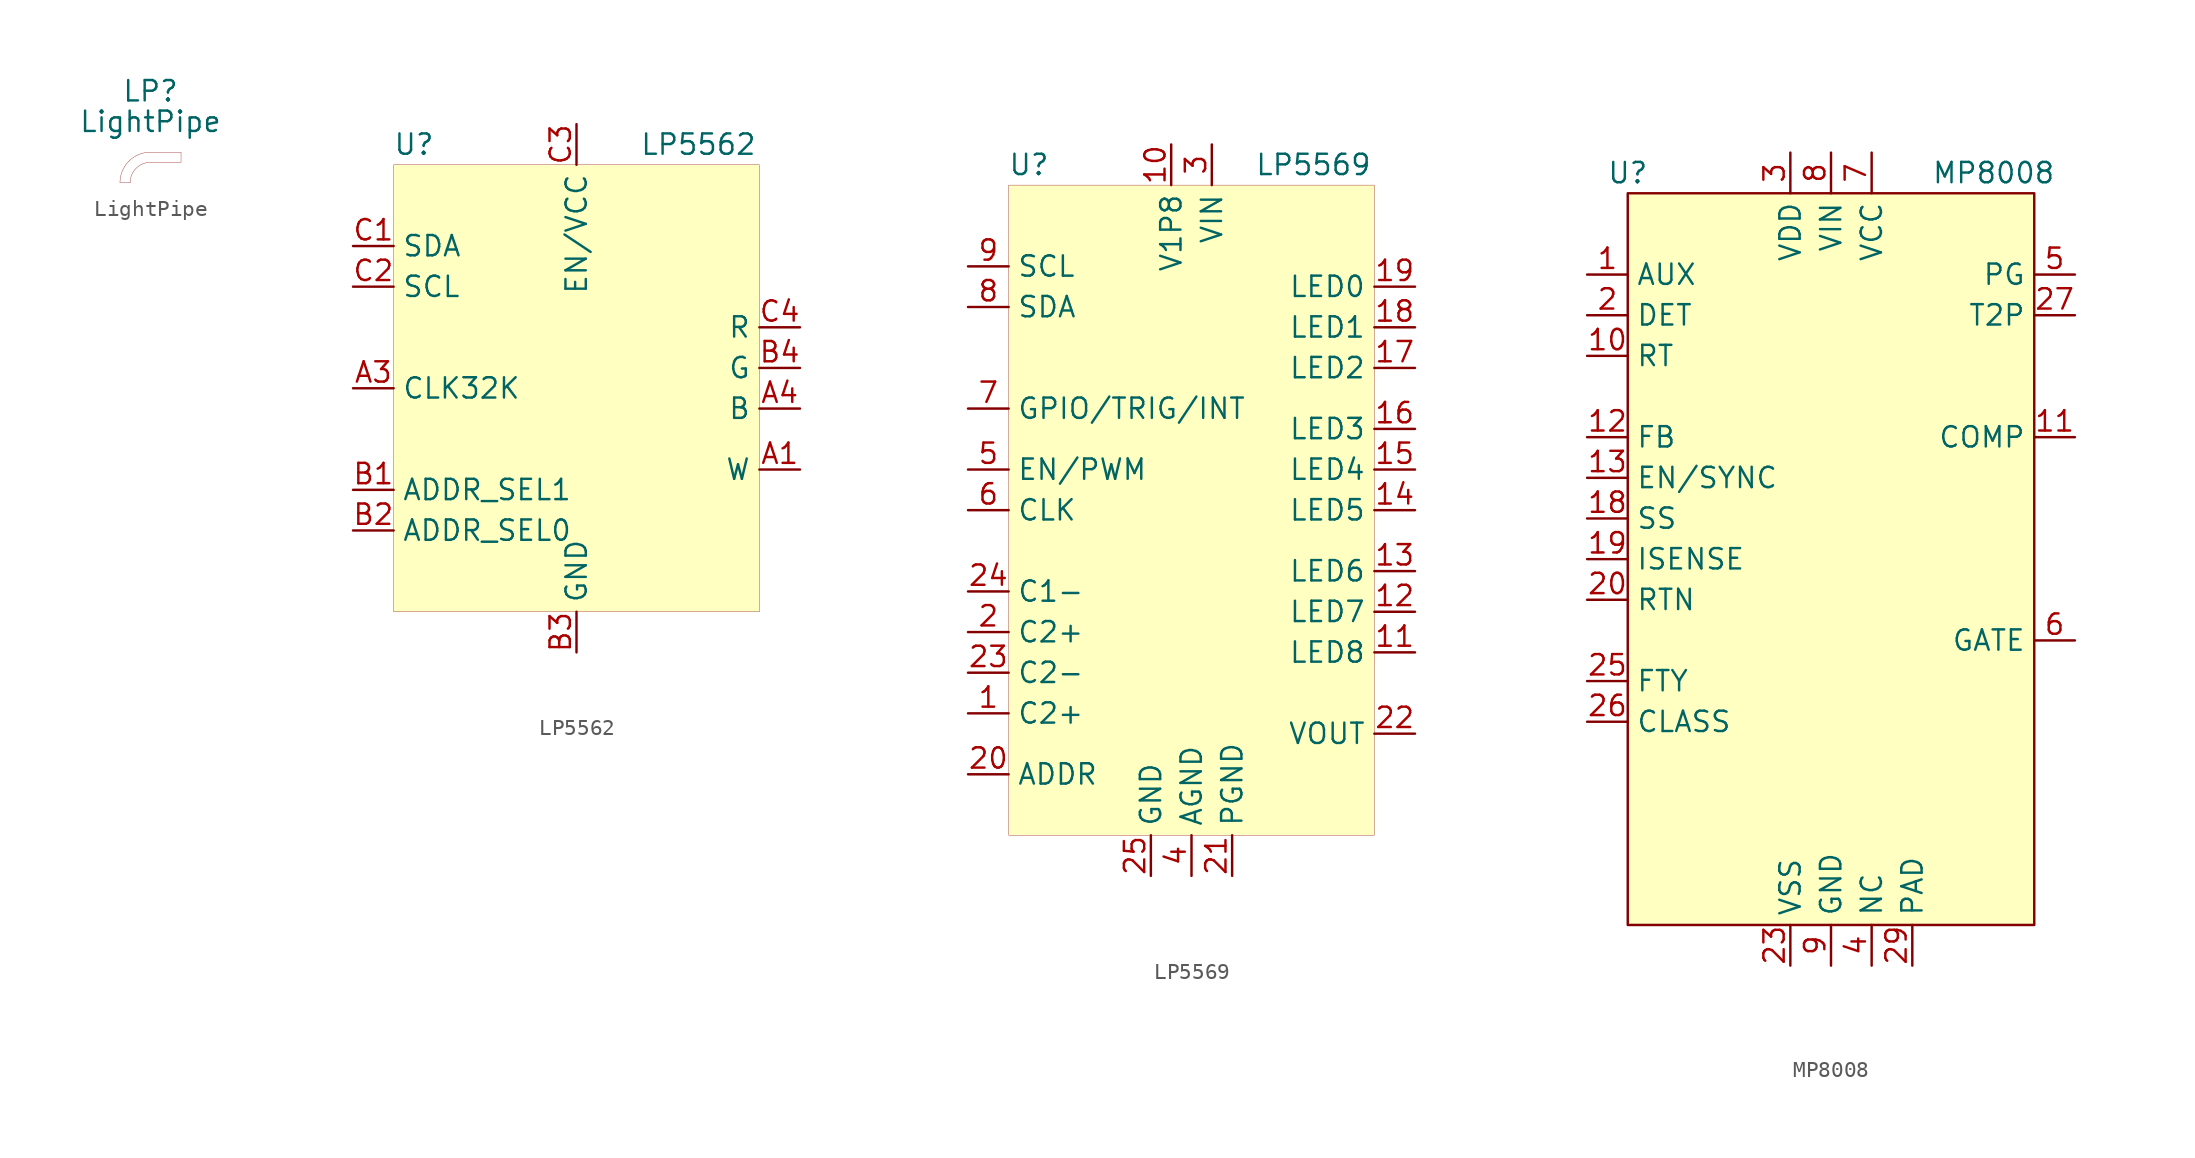
<source format=kicad_sym>
(kicad_symbol_lib
  (version 20231120)
  (generator "kicad_symbol_editor")
  (generator_version "8.0")
  (symbol "LightPipe"
    (pin_names
      (offset 1.016))
    (property "Reference" "LP"
      (at 0 4.445 0)
      (effects (font (size 1.27 1.27))))
    (property "Value" "LightPipe"
      (at 0 2.54 0)
      (effects (font (size 1.27 1.27))))
    (symbol "LightPipe_0_1"
      (arc (start 0 0) (mid -0.898 -0.372) (end -1.27 -1.27) (stroke (width 0.0005) (type default)) (fill (type none)))
      (polyline (pts (xy -1.905 -1.27) (xy -1.27 -1.27)) (stroke (width 0.001) (type default)) (fill (type none)))
      (polyline (pts (xy 0 0.635) (xy 1.905 0.635) (xy 1.905 0) (xy 0 0)) (stroke (width 0.001) (type default)) (fill (type none)))
      (arc (start 0 0.635) (mid -1.347 0.077) (end -1.905 -1.27) (stroke (width 0.0005) (type default)) (fill (type none)))))
  (symbol "LP5562"
    (property "Reference" "U"
      (at -10.16 15.24 0)
      (effects (font (size 1.27 1.27))))
    (property "Value" "LP5562"
      (at 7.62 15.24 0)
      (effects (font (size 1.27 1.27))))
    (symbol "LP5562_0_1"
      (rectangle (start -11.43 13.97) (end 11.43 -13.97) (stroke (width 0.001) (type default)) (fill (type background))))
    (symbol "LP5562_1_1"
      (pin output line (at 13.97 -5.08 180) (length 2.54) (name "W" (effects (font (size 1.27 1.27)))) (number "A1" (effects (font (size 1.27 1.27)))))
      (pin input line (at -13.97 0 0) (length 2.54) (name "CLK32K" (effects (font (size 1.27 1.27)))) (number "A3" (effects (font (size 1.27 1.27)))))
      (pin output line (at 13.97 -1.27 180) (length 2.54) (name "B" (effects (font (size 1.27 1.27)))) (number "A4" (effects (font (size 1.27 1.27)))))
      (pin input line (at -13.97 -6.35 0) (length 2.54) (name "ADDR_SEL1" (effects (font (size 1.27 1.27)))) (number "B1" (effects (font (size 1.27 1.27)))))
      (pin input line (at -13.97 -8.89 0) (length 2.54) (name "ADDR_SEL0" (effects (font (size 1.27 1.27)))) (number "B2" (effects (font (size 1.27 1.27)))))
      (pin input line (at 0 -16.51 90) (length 2.54) (name "GND" (effects (font (size 1.27 1.27)))) (number "B3" (effects (font (size 1.27 1.27)))))
      (pin output line (at 13.97 1.27 180) (length 2.54) (name "G" (effects (font (size 1.27 1.27)))) (number "B4" (effects (font (size 1.27 1.27)))))
      (pin bidirectional line (at -13.97 8.89 0) (length 2.54) (name "SDA" (effects (font (size 1.27 1.27)))) (number "C1" (effects (font (size 1.27 1.27)))))
      (pin input line (at -13.97 6.35 0) (length 2.54) (name "SCL" (effects (font (size 1.27 1.27)))) (number "C2" (effects (font (size 1.27 1.27)))))
      (pin input line (at 0 16.51 270) (length 2.54) (name "EN/VCC" (effects (font (size 1.27 1.27)))) (number "C3" (effects (font (size 1.27 1.27)))))
      (pin output line (at 13.97 3.81 180) (length 2.54) (name "R" (effects (font (size 1.27 1.27)))) (number "C4" (effects (font (size 1.27 1.27)))))))
  (symbol "LP5569"
    (property "Reference" "U"
      (at -10.16 21.59 0)
      (effects (font (size 1.27 1.27))))
    (property "Value" "LP5569"
      (at 7.62 21.59 0)
      (effects (font (size 1.27 1.27))))
    (symbol "LP5569_0_1"
      (rectangle (start -11.43 20.32) (end 11.43 -20.32) (stroke (width 0.001) (type default)) (fill (type background))))
    (symbol "LP5569_1_1"
      (pin input line (at -13.97 -12.7 0) (length 2.54) (name "C2+" (effects (font (size 1.27 1.27)))) (number "1" (effects (font (size 1.27 1.27)))))
      (pin input line (at -1.27 22.86 270) (length 2.54) (name "V1P8" (effects (font (size 1.27 1.27)))) (number "10" (effects (font (size 1.27 1.27)))))
      (pin output line (at 13.97 -8.89 180) (length 2.54) (name "LED8" (effects (font (size 1.27 1.27)))) (number "11" (effects (font (size 1.27 1.27)))))
      (pin output line (at 13.97 -6.35 180) (length 2.54) (name "LED7" (effects (font (size 1.27 1.27)))) (number "12" (effects (font (size 1.27 1.27)))))
      (pin output line (at 13.97 -3.81 180) (length 2.54) (name "LED6" (effects (font (size 1.27 1.27)))) (number "13" (effects (font (size 1.27 1.27)))))
      (pin output line (at 13.97 0 180) (length 2.54) (name "LED5" (effects (font (size 1.27 1.27)))) (number "14" (effects (font (size 1.27 1.27)))))
      (pin output line (at 13.97 2.54 180) (length 2.54) (name "LED4" (effects (font (size 1.27 1.27)))) (number "15" (effects (font (size 1.27 1.27)))))
      (pin output line (at 13.97 5.08 180) (length 2.54) (name "LED3" (effects (font (size 1.27 1.27)))) (number "16" (effects (font (size 1.27 1.27)))))
      (pin output line (at 13.97 8.89 180) (length 2.54) (name "LED2" (effects (font (size 1.27 1.27)))) (number "17" (effects (font (size 1.27 1.27)))))
      (pin output line (at 13.97 11.43 180) (length 2.54) (name "LED1" (effects (font (size 1.27 1.27)))) (number "18" (effects (font (size 1.27 1.27)))))
      (pin output line (at 13.97 13.97 180) (length 2.54) (name "LED0" (effects (font (size 1.27 1.27)))) (number "19" (effects (font (size 1.27 1.27)))))
      (pin input line (at -13.97 -7.62 0) (length 2.54) (name "C2+" (effects (font (size 1.27 1.27)))) (number "2" (effects (font (size 1.27 1.27)))))
      (pin input line (at -13.97 -16.51 0) (length 2.54) (name "ADDR" (effects (font (size 1.27 1.27)))) (number "20" (effects (font (size 1.27 1.27)))))
      (pin input line (at 2.54 -22.86 90) (length 2.54) (name "PGND" (effects (font (size 1.27 1.27)))) (number "21" (effects (font (size 1.27 1.27)))))
      (pin output line (at 13.97 -13.97 180) (length 2.54) (name "VOUT" (effects (font (size 1.27 1.27)))) (number "22" (effects (font (size 1.27 1.27)))))
      (pin input line (at -13.97 -10.16 0) (length 2.54) (name "C2-" (effects (font (size 1.27 1.27)))) (number "23" (effects (font (size 1.27 1.27)))))
      (pin input line (at -13.97 -5.08 0) (length 2.54) (name "C1-" (effects (font (size 1.27 1.27)))) (number "24" (effects (font (size 1.27 1.27)))))
      (pin input line (at -2.54 -22.86 90) (length 2.54) (name "GND" (effects (font (size 1.27 1.27)))) (number "25" (effects (font (size 1.27 1.27)))))
      (pin input line (at 1.27 22.86 270) (length 2.54) (name "VIN" (effects (font (size 1.27 1.27)))) (number "3" (effects (font (size 1.27 1.27)))))
      (pin input line (at 0 -22.86 90) (length 2.54) (name "AGND" (effects (font (size 1.27 1.27)))) (number "4" (effects (font (size 1.27 1.27)))))
      (pin input line (at -13.97 2.54 0) (length 2.54) (name "EN/PWM" (effects (font (size 1.27 1.27)))) (number "5" (effects (font (size 1.27 1.27)))))
      (pin input line (at -13.97 0 0) (length 2.54) (name "CLK" (effects (font (size 1.27 1.27)))) (number "6" (effects (font (size 1.27 1.27)))))
      (pin input line (at -13.97 6.35 0) (length 2.54) (name "GPIO/TRIG/INT" (effects (font (size 1.27 1.27)))) (number "7" (effects (font (size 1.27 1.27)))))
      (pin bidirectional line (at -13.97 12.7 0) (length 2.54) (name "SDA" (effects (font (size 1.27 1.27)))) (number "8" (effects (font (size 1.27 1.27)))))
      (pin input line (at -13.97 15.24 0) (length 2.54) (name "SCL" (effects (font (size 1.27 1.27)))) (number "9" (effects (font (size 1.27 1.27)))))))
  (symbol "MP8008"
    (property "Reference" "U"
      (at -12.7 24.13 0)
      (effects (font (size 1.27 1.27))))
    (property "Value" "MP8008"
      (at 10.16 24.13 0)
      (effects (font (size 1.27 1.27))))
    (symbol "MP8008_0_0"
      (pin power_in line (at 5.08 -25.4 90) (length 2.54) (name "PAD" (effects (font (size 1.27 1.27)))) (number "29" (effects (font (size 1.27 1.27))))))
    (symbol "MP8008_0_1"
      (rectangle (start -12.7 22.86) (end 12.7 -22.86) (stroke (width 0.152) (type default)) (fill (type background))))
    (symbol "MP8008_1_1"
      (pin input line (at -15.24 17.78 0) (length 2.54) (name "AUX" (effects (font (size 1.27 1.27)))) (number "1" (effects (font (size 1.27 1.27)))))
      (pin input line (at -15.24 12.7 0) (length 2.54) (name "RT" (effects (font (size 1.27 1.27)))) (number "10" (effects (font (size 1.27 1.27)))))
      (pin bidirectional line (at 15.24 7.62 180) (length 2.54) (name "COMP" (effects (font (size 1.27 1.27)))) (number "11" (effects (font (size 1.27 1.27)))))
      (pin input line (at -15.24 7.62 0) (length 2.54) (name "FB" (effects (font (size 1.27 1.27)))) (number "12" (effects (font (size 1.27 1.27)))))
      (pin input line (at -15.24 5.08 0) (length 2.54) (name "EN/SYNC" (effects (font (size 1.27 1.27)))) (number "13" (effects (font (size 1.27 1.27)))))
      (pin power_in line (at 2.54 -25.4 90) (length 2.54) hide (name "NC" (effects (font (size 1.27 1.27)))) (number "14" (effects (font (size 1.27 1.27)))))
      (pin power_in line (at 2.54 -25.4 90) (length 2.54) hide (name "NC" (effects (font (size 1.27 1.27)))) (number "15" (effects (font (size 1.27 1.27)))))
      (pin power_in line (at 2.54 -25.4 90) (length 2.54) hide (name "NC" (effects (font (size 1.27 1.27)))) (number "16" (effects (font (size 1.27 1.27)))))
      (pin power_in line (at 2.54 -25.4 90) (length 2.54) hide (name "NC" (effects (font (size 1.27 1.27)))) (number "17" (effects (font (size 1.27 1.27)))))
      (pin input line (at -15.24 2.54 0) (length 2.54) (name "SS" (effects (font (size 1.27 1.27)))) (number "18" (effects (font (size 1.27 1.27)))))
      (pin input line (at -15.24 0 0) (length 2.54) (name "ISENSE" (effects (font (size 1.27 1.27)))) (number "19" (effects (font (size 1.27 1.27)))))
      (pin input line (at -15.24 15.24 0) (length 2.54) (name "DET" (effects (font (size 1.27 1.27)))) (number "2" (effects (font (size 1.27 1.27)))))
      (pin input line (at -15.24 -2.54 0) (length 2.54) (name "RTN" (effects (font (size 1.27 1.27)))) (number "20" (effects (font (size 1.27 1.27)))))
      (pin input line (at -15.24 -2.54 0) (length 2.54) hide (name "RTN" (effects (font (size 1.27 1.27)))) (number "21" (effects (font (size 1.27 1.27)))))
      (pin power_in line (at 2.54 -25.4 90) (length 2.54) hide (name "NC" (effects (font (size 1.27 1.27)))) (number "22" (effects (font (size 1.27 1.27)))))
      (pin power_in line (at -2.54 -25.4 90) (length 2.54) (name "VSS" (effects (font (size 1.27 1.27)))) (number "23" (effects (font (size 1.27 1.27)))))
      (pin power_in line (at -2.54 -25.4 90) (length 2.54) hide (name "VSS" (effects (font (size 1.27 1.27)))) (number "24" (effects (font (size 1.27 1.27)))))
      (pin input line (at -15.24 -7.62 0) (length 2.54) (name "FTY" (effects (font (size 1.27 1.27)))) (number "25" (effects (font (size 1.27 1.27)))))
      (pin input line (at -15.24 -10.16 0) (length 2.54) (name "CLASS" (effects (font (size 1.27 1.27)))) (number "26" (effects (font (size 1.27 1.27)))))
      (pin output line (at 15.24 15.24 180) (length 2.54) (name "T2P" (effects (font (size 1.27 1.27)))) (number "27" (effects (font (size 1.27 1.27)))))
      (pin power_in line (at 2.54 -25.4 90) (length 2.54) hide (name "NC" (effects (font (size 1.27 1.27)))) (number "28" (effects (font (size 1.27 1.27)))))
      (pin power_in line (at -2.54 25.4 270) (length 2.54) (name "VDD" (effects (font (size 1.27 1.27)))) (number "3" (effects (font (size 1.27 1.27)))))
      (pin power_in line (at 2.54 -25.4 90) (length 2.54) (name "NC" (effects (font (size 1.27 1.27)))) (number "4" (effects (font (size 1.27 1.27)))))
      (pin output line (at 15.24 17.78 180) (length 2.54) (name "PG" (effects (font (size 1.27 1.27)))) (number "5" (effects (font (size 1.27 1.27)))))
      (pin output line (at 15.24 -5.08 180) (length 2.54) (name "GATE" (effects (font (size 1.27 1.27)))) (number "6" (effects (font (size 1.27 1.27)))))
      (pin power_out line (at 2.54 25.4 270) (length 2.54) (name "VCC" (effects (font (size 1.27 1.27)))) (number "7" (effects (font (size 1.27 1.27)))))
      (pin power_in line (at 0 25.4 270) (length 2.54) (name "VIN" (effects (font (size 1.27 1.27)))) (number "8" (effects (font (size 1.27 1.27)))))
      (pin power_in line (at 0 -25.4 90) (length 2.54) (name "GND" (effects (font (size 1.27 1.27)))) (number "9" (effects (font (size 1.27 1.27))))))))
</source>
